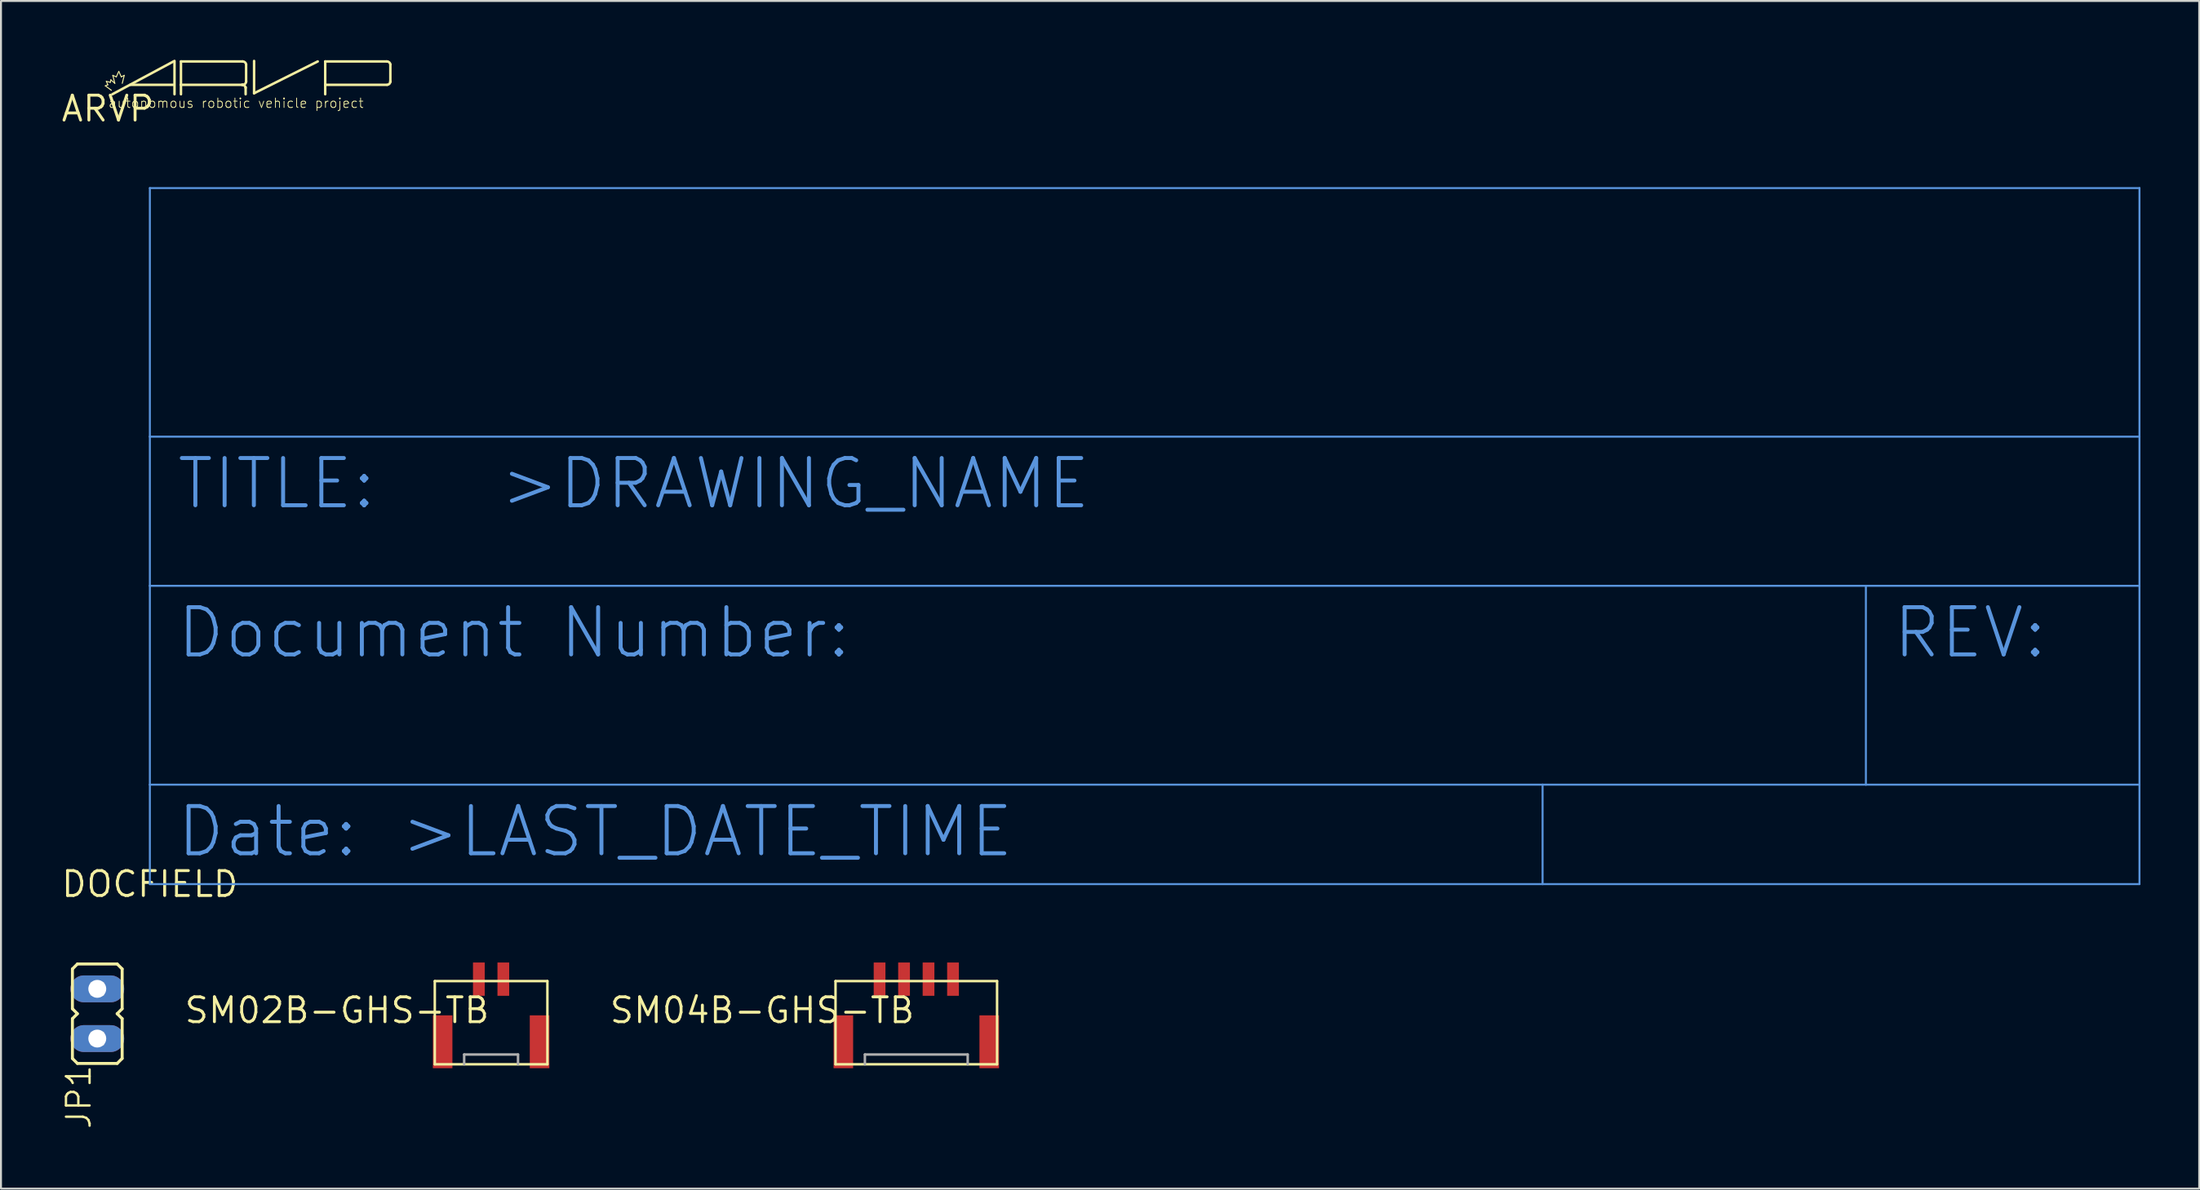
<source format=kicad_pcb>
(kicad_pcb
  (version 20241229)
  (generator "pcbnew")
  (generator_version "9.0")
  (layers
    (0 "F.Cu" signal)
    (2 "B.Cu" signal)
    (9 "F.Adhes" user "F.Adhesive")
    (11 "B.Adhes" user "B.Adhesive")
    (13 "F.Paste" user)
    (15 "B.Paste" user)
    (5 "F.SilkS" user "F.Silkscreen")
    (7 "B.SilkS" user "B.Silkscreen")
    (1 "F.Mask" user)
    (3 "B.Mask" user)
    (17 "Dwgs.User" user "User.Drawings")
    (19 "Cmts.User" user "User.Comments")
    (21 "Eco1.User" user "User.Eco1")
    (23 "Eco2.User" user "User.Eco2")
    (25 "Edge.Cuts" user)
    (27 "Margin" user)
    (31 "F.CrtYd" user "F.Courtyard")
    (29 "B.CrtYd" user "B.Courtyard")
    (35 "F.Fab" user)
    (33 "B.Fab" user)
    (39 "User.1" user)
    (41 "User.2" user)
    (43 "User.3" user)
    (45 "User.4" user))
  (footprint "SM02B-GHS-TB"
    (layer "F.Cu")
    (at 22.028 47.825)
    (property "Reference" "SM02B-GHS-TB" (at 0 0 0) (layer "F.SilkS") (effects (font (size 1.27 1.27) (thickness 0.15)) (justify right top)))
    (attr through_hole)
    (fp_line (start -2.875 -0.75) (end -2.875 3.5) (stroke (width 0.127) (type solid)) (layer "F.SilkS"))
    (fp_line (start -2.875 3.5) (end 2.875 3.5) (stroke (width 0.127) (type solid)) (layer "F.SilkS"))
    (fp_line (start 2.875 -0.75) (end -2.875 -0.75) (stroke (width 0.127) (type solid)) (layer "F.SilkS"))
    (fp_line (start 2.875 3.5) (end 2.875 -0.75) (stroke (width 0.127) (type solid)) (layer "F.SilkS"))
    (fp_line (start -1.375 3) (end 1.375 3) (stroke (width 0.127) (type solid)) (layer "F.Fab"))
    (fp_line (start -1.375 3.5) (end -1.375 3) (stroke (width 0.127) (type solid)) (layer "F.Fab"))
    (fp_line (start 1.375 3) (end 1.375 3.5) (stroke (width 0.127) (type solid)) (layer "F.Fab"))
    (pad "P$1" smd rect (at -0.625 -0.85 180) (size 0.6 1.7) (layers "F.Cu" "F.Mask" "F.Paste"))
    (pad "P$2" smd rect (at 0.625 -0.85 180) (size 0.6 1.7) (layers "F.Cu" "F.Mask" "F.Paste"))
    (pad "P$3" smd rect (at -2.475 2.35 90) (size 2.7 1) (layers "F.Cu" "F.Mask" "F.Paste"))
    (pad "P$4" smd rect (at 2.475 2.35 90) (size 2.7 1) (layers "F.Cu" "F.Mask" "F.Paste")))
  (footprint "SM04B-GHS-TB"
    (layer "F.Cu")
    (at 43.741 47.825)
    (property "Reference" "SM04B-GHS-TB" (at 0 0 0) (layer "F.SilkS") (effects (font (size 1.27 1.27) (thickness 0.15)) (justify right top)))
    (attr through_hole)
    (fp_line (start -4.125 -0.75) (end -4.125 3.5) (stroke (width 0.127) (type solid)) (layer "F.SilkS"))
    (fp_line (start -4.125 3.5) (end 4.125 3.5) (stroke (width 0.127) (type solid)) (layer "F.SilkS"))
    (fp_line (start 4.125 -0.75) (end -4.125 -0.75) (stroke (width 0.127) (type solid)) (layer "F.SilkS"))
    (fp_line (start 4.125 3.5) (end 4.125 -0.75) (stroke (width 0.127) (type solid)) (layer "F.SilkS"))
    (fp_line (start -2.625 3) (end 2.625 3) (stroke (width 0.127) (type solid)) (layer "F.Fab"))
    (fp_line (start -2.625 3.5) (end -2.625 3) (stroke (width 0.127) (type solid)) (layer "F.Fab"))
    (fp_line (start 2.625 3) (end 2.625 3.5) (stroke (width 0.127) (type solid)) (layer "F.Fab"))
    (pad "P$1" smd rect (at -1.875 -0.85 180) (size 0.6 1.7) (layers "F.Cu" "F.Mask" "F.Paste"))
    (pad "P$2" smd rect (at -0.625 -0.85 180) (size 0.6 1.7) (layers "F.Cu" "F.Mask" "F.Paste"))
    (pad "P$3" smd rect (at 0.625 -0.85 180) (size 0.6 1.7) (layers "F.Cu" "F.Mask" "F.Paste"))
    (pad "P$4" smd rect (at 1.875 -0.85 180) (size 0.6 1.7) (layers "F.Cu" "F.Mask" "F.Paste"))
    (pad "P$5" smd rect (at -3.725 2.35 90) (size 2.7 1) (layers "F.Cu" "F.Mask" "F.Paste"))
    (pad "P$6" smd rect (at 3.725 2.35 90) (size 2.7 1) (layers "F.Cu" "F.Mask" "F.Paste")))
  (footprint "JP1"
    (layer "F.Cu")
    (at 1.918 48.741)
    (property "Reference" "JP1" (at -1.651 2.54 270) (layer "F.SilkS") (effects (font (size 1.206 1.206) (thickness 0.121)) (justify right top)))
    (attr through_hole)
    (fp_line (start -1.27 -2.286) (end -1.27 -0.254) (stroke (width 0.152) (type solid)) (layer "F.SilkS"))
    (fp_line (start -1.27 -2.286) (end -1.016 -2.54) (stroke (width 0.152) (type solid)) (layer "F.SilkS"))
    (fp_line (start -1.27 0.254) (end -1.27 2.286) (stroke (width 0.152) (type solid)) (layer "F.SilkS"))
    (fp_line (start -1.016 0) (end -1.27 -0.254) (stroke (width 0.152) (type solid)) (layer "F.SilkS"))
    (fp_line (start -1.016 0) (end -1.27 0.254) (stroke (width 0.152) (type solid)) (layer "F.SilkS"))
    (fp_line (start -1.016 2.54) (end -1.27 2.286) (stroke (width 0.152) (type solid)) (layer "F.SilkS"))
    (fp_line (start -1.016 2.54) (end 1.016 2.54) (stroke (width 0.152) (type solid)) (layer "F.SilkS"))
    (fp_line (start 1.016 -2.54) (end -1.016 -2.54) (stroke (width 0.152) (type solid)) (layer "F.SilkS"))
    (fp_line (start 1.016 0) (end 1.27 -0.254) (stroke (width 0.152) (type solid)) (layer "F.SilkS"))
    (fp_line (start 1.016 0) (end 1.27 0.254) (stroke (width 0.152) (type solid)) (layer "F.SilkS"))
    (fp_line (start 1.016 2.54) (end 1.27 2.286) (stroke (width 0.152) (type solid)) (layer "F.SilkS"))
    (fp_line (start 1.27 -2.286) (end 1.016 -2.54) (stroke (width 0.152) (type solid)) (layer "F.SilkS"))
    (fp_line (start 1.27 -2.286) (end 1.27 -0.254) (stroke (width 0.152) (type solid)) (layer "F.SilkS"))
    (fp_line (start 1.27 0.254) (end 1.27 2.286) (stroke (width 0.152) (type solid)) (layer "F.SilkS"))
    (fp_poly (pts (xy -0.305 -0.965) (xy 0.305 -0.965) (xy 0.305 -1.575) (xy -0.305 -1.575)) (stroke (width 0.1) (type solid)) (fill no) (layer "F.Fab"))
    (fp_poly (pts (xy -0.305 1.575) (xy 0.305 1.575) (xy 0.305 0.965) (xy -0.305 0.965)) (stroke (width 0.1) (type solid)) (fill no) (layer "F.Fab"))
    (pad "1" thru_hole oval (at 0 1.27) (size 2.743 1.372) (drill 0.914) (layers "*.Cu" "*.Mask"))
    (pad "2" thru_hole oval (at 0 -1.27) (size 2.743 1.372) (drill 0.914) (layers "*.Cu" "*.Mask")))
  (footprint "ARVP"
    (layer "F.Cu")
    (at 2.457 2.502)
    (property "Reference" "ARVP" (at 0 0 0) (layer "F.SilkS") (effects (font (size 1.27 1.27) (thickness 0.15))))
    (attr through_hole)
    (fp_line (start -0.127 -1.168) (end 0.178 -0.94) (stroke (width 0.051) (type solid)) (layer "F.SilkS"))
    (fp_line (start -0.076 -1.397) (end 0 -1.219) (stroke (width 0.051) (type solid)) (layer "F.SilkS"))
    (fp_line (start -0.076 -1.397) (end 0.127 -1.346) (stroke (width 0.051) (type solid)) (layer "F.SilkS"))
    (fp_line (start 0 -1.219) (end -0.127 -1.168) (stroke (width 0.051) (type solid)) (layer "F.SilkS"))
    (fp_line (start 0.152 -1.473) (end 0.127 -1.346) (stroke (width 0.051) (type solid)) (layer "F.SilkS"))
    (fp_line (start 0.152 -1.473) (end 0.356 -1.295) (stroke (width 0.051) (type solid)) (layer "F.SilkS"))
    (fp_line (start 0.254 -1.702) (end 0.356 -1.295) (stroke (width 0.051) (type solid)) (layer "F.SilkS"))
    (fp_line (start 0.254 -1.702) (end 0.432 -1.626) (stroke (width 0.051) (type solid)) (layer "F.SilkS"))
    (fp_line (start 0.559 -1.905) (end 0.432 -1.626) (stroke (width 0.051) (type solid)) (layer "F.SilkS"))
    (fp_line (start 0.559 -1.905) (end 0.686 -1.626) (stroke (width 0.051) (type solid)) (layer "F.SilkS"))
    (fp_line (start 0.686 -1.626) (end 0.838 -1.702) (stroke (width 0.051) (type solid)) (layer "F.SilkS"))
    (fp_line (start 0.838 -1.702) (end 0.737 -1.295) (stroke (width 0.051) (type solid)) (layer "F.SilkS"))
    (fp_line (start 3.353 -2.413) (end 0.229 -0.737) (stroke (width 0.127) (type solid)) (layer "F.SilkS"))
    (fp_line (start 3.353 -1.219) (end 1.143 -1.219) (stroke (width 0.127) (type solid)) (layer "F.SilkS"))
    (fp_line (start 3.404 -2.438) (end 3.404 -0.737) (stroke (width 0.127) (type solid)) (layer "F.SilkS"))
    (fp_line (start 3.734 -2.413) (end 3.734 -1.219) (stroke (width 0.127) (type solid)) (layer "F.SilkS"))
    (fp_line (start 3.734 -1.219) (end 3.734 -0.737) (stroke (width 0.127) (type solid)) (layer "F.SilkS"))
    (fp_line (start 6.858 -1.219) (end 3.734 -1.219) (stroke (width 0.127) (type solid)) (layer "F.SilkS"))
    (fp_line (start 6.883 -2.413) (end 3.734 -2.413) (stroke (width 0.127) (type solid)) (layer "F.SilkS"))
    (fp_line (start 6.883 -1.219) (end 6.858 -1.219) (stroke (width 0.127) (type solid)) (layer "F.SilkS"))
    (fp_line (start 7.036 -1.092) (end 7.036 -0.737) (stroke (width 0.127) (type solid)) (layer "F.SilkS"))
    (fp_line (start 7.061 -2.261) (end 7.061 -1.397) (stroke (width 0.127) (type solid)) (layer "F.SilkS"))
    (fp_line (start 7.061 -1.397) (end 7.061 -1.372) (stroke (width 0.127) (type solid)) (layer "F.SilkS"))
    (fp_line (start 7.468 -2.438) (end 7.468 -0.787) (stroke (width 0.127) (type solid)) (layer "F.SilkS"))
    (fp_line (start 10.719 -2.413) (end 7.468 -0.787) (stroke (width 0.127) (type solid)) (layer "F.SilkS"))
    (fp_line (start 11.1 -2.413) (end 11.1 -1.219) (stroke (width 0.127) (type solid)) (layer "F.SilkS"))
    (fp_line (start 11.1 -1.219) (end 11.1 -0.737) (stroke (width 0.127) (type solid)) (layer "F.SilkS"))
    (fp_line (start 14.249 -2.413) (end 11.1 -2.413) (stroke (width 0.127) (type solid)) (layer "F.SilkS"))
    (fp_line (start 14.249 -1.219) (end 11.1 -1.219) (stroke (width 0.127) (type solid)) (layer "F.SilkS"))
    (fp_line (start 14.427 -2.261) (end 14.427 -1.397) (stroke (width 0.127) (type solid)) (layer "F.SilkS"))
    (fp_line (start 14.427 -1.397) (end 14.427 -1.372) (stroke (width 0.127) (type solid)) (layer "F.SilkS"))
    (fp_arc (start 6.858 -1.2192) (mid 6.975918 -1.176853) (end 7.035801 -1.066799) (stroke (width 0.127) (type solid)) (layer "F.SilkS"))
    (fp_arc (start 6.8834 -2.413) (mid 7.001296 -2.370628) (end 7.061201 -2.260599) (stroke (width 0.127) (type solid)) (layer "F.SilkS"))
    (fp_arc (start 7.0612 -1.397) (mid 7.018828 -1.279104) (end 6.9088 -1.219199) (stroke (width 0.127) (type solid)) (layer "F.SilkS"))
    (fp_arc (start 14.2494 -2.413) (mid 14.367296 -2.370628) (end 14.427201 -2.260599) (stroke (width 0.127) (type solid)) (layer "F.SilkS"))
    (fp_arc (start 14.4272 -1.397) (mid 14.384828 -1.279104) (end 14.2748 -1.219199) (stroke (width 0.127) (type solid)) (layer "F.SilkS"))
    (fp_text user "autonomous robotic vehicle project" (at 0 0 0) (layer "F.SilkS") (effects (font (size 0.483 0.483) (thickness 0.041)) (justify left bottom))))
  (footprint "DOCFIELD"
    (layer "F.Cu")
    (at 4.603 42.119)
    (property "Reference" "DOCFIELD" (at 0 0 0) (layer "F.SilkS") (effects (font (size 1.27 1.27) (thickness 0.15))))
    (attr through_hole)
    (fp_line (start 0 -22.86) (end 0 -35.56) (stroke (width 0.102) (type solid)) (layer "Cmts.User"))
    (fp_line (start 0 -22.86) (end 101.6 -22.86) (stroke (width 0.102) (type solid)) (layer "Cmts.User"))
    (fp_line (start 0 -15.24) (end 0 -22.86) (stroke (width 0.102) (type solid)) (layer "Cmts.User"))
    (fp_line (start 0 -5.08) (end 0 -15.24) (stroke (width 0.102) (type solid)) (layer "Cmts.User"))
    (fp_line (start 0 -5.08) (end 71.12 -5.08) (stroke (width 0.102) (type solid)) (layer "Cmts.User"))
    (fp_line (start 0 0) (end 0 -5.08) (stroke (width 0.102) (type solid)) (layer "Cmts.User"))
    (fp_line (start 0 0) (end 71.12 0) (stroke (width 0.102) (type solid)) (layer "Cmts.User"))
    (fp_line (start 71.12 -5.08) (end 71.12 0) (stroke (width 0.102) (type solid)) (layer "Cmts.User"))
    (fp_line (start 71.12 -5.08) (end 87.63 -5.08) (stroke (width 0.102) (type solid)) (layer "Cmts.User"))
    (fp_line (start 71.12 0) (end 101.6 0) (stroke (width 0.102) (type solid)) (layer "Cmts.User"))
    (fp_line (start 87.63 -15.24) (end 0 -15.24) (stroke (width 0.102) (type solid)) (layer "Cmts.User"))
    (fp_line (start 87.63 -15.24) (end 87.63 -5.08) (stroke (width 0.102) (type solid)) (layer "Cmts.User"))
    (fp_line (start 87.63 -5.08) (end 101.6 -5.08) (stroke (width 0.102) (type solid)) (layer "Cmts.User"))
    (fp_line (start 101.6 -35.56) (end 0 -35.56) (stroke (width 0.102) (type solid)) (layer "Cmts.User"))
    (fp_line (start 101.6 -35.56) (end 101.6 -22.86) (stroke (width 0.102) (type solid)) (layer "Cmts.User"))
    (fp_line (start 101.6 -22.86) (end 101.6 -15.24) (stroke (width 0.102) (type solid)) (layer "Cmts.User"))
    (fp_line (start 101.6 -15.24) (end 87.63 -15.24) (stroke (width 0.102) (type solid)) (layer "Cmts.User"))
    (fp_line (start 101.6 -15.24) (end 101.6 -5.08) (stroke (width 0.102) (type solid)) (layer "Cmts.User"))
    (fp_line (start 101.6 -5.08) (end 101.6 0) (stroke (width 0.102) (type solid)) (layer "Cmts.User"))
    (fp_text user ">DRAWING_NAME" (at 17.78 -19.05 0) (layer "Cmts.User") (effects (font (size 2.413 2.413) (thickness 0.203)) (justify left bottom)))
    (fp_text user "TITLE:" (at 1.27 -19.05 0) (layer "Cmts.User") (effects (font (size 2.413 2.413) (thickness 0.203)) (justify left bottom)))
    (fp_text user "Date:" (at 1.27 -1.27 0) (layer "Cmts.User") (effects (font (size 2.413 2.413) (thickness 0.203)) (justify left bottom)))
    (fp_text user "REV:" (at 88.9 -11.43 0) (layer "Cmts.User") (effects (font (size 2.413 2.413) (thickness 0.203)) (justify left bottom)))
    (fp_text user "Document Number:" (at 1.27 -11.43 0) (layer "Cmts.User") (effects (font (size 2.413 2.413) (thickness 0.203)) (justify left bottom)))
    (fp_text user ">LAST_DATE_TIME" (at 12.7 -1.27 0) (layer "Cmts.User") (effects (font (size 2.413 2.413) (thickness 0.203)) (justify left bottom))))
  (gr_rect
    (start -3 -3)
    (end 109.254 57.677)
    (stroke (width 0.1) (type default))
    (fill no)
    (layer "Edge.Cuts")))
</source>
